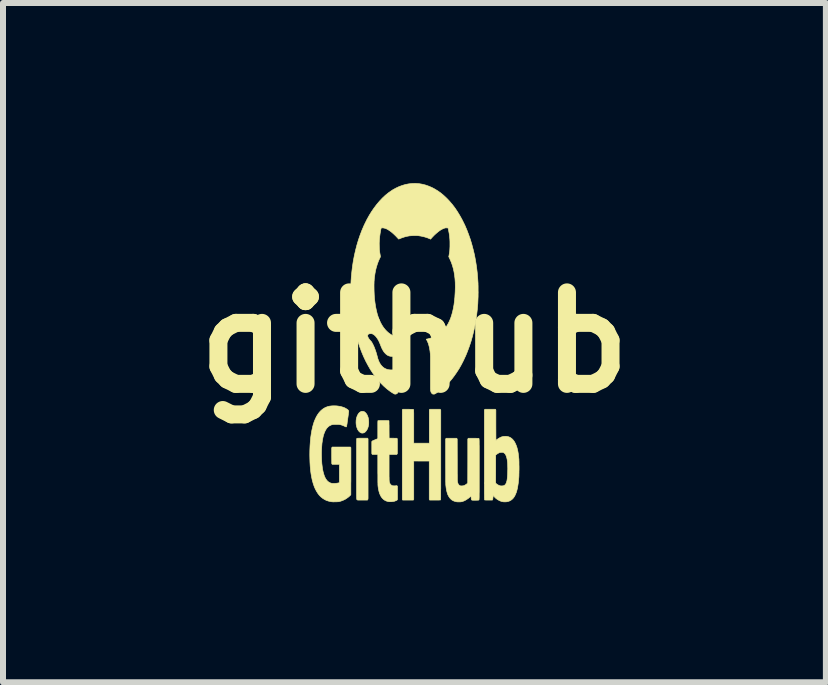
<source format=kicad_pcb>
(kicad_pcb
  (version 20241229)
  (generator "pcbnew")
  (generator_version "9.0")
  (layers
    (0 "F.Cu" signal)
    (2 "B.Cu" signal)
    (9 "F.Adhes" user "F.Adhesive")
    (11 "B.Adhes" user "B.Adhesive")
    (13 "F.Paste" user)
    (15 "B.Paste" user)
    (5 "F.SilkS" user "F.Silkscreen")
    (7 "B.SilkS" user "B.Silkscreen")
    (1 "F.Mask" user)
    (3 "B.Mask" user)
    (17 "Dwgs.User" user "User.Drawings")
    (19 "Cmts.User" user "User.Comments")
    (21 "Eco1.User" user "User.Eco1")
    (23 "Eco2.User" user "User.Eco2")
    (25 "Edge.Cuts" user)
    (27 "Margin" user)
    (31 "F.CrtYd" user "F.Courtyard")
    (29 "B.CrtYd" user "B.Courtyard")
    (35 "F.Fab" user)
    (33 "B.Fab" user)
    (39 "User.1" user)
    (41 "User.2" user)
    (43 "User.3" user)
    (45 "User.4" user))
  (footprint "github"
    (layer "F.Cu")
    (at 3.854 2.655)
    (property "Reference" "github" (at 0 0 0) (layer "F.SilkS") (effects (font (size 1.524 1.524) (thickness 0.3))))
    (attr through_hole)
    (fp_poly (pts (xy -0.859 1.147) (xy -0.847 1.149) (xy -0.836 1.153) (xy -0.82 1.165) (xy -0.805 1.181) (xy -0.792 1.2) (xy -0.781 1.223) (xy -0.772 1.248) (xy -0.766 1.276) (xy -0.765 1.281) (xy -0.763 1.3) (xy -0.762 1.322) (xy -0.762 1.343) (xy -0.763 1.364) (xy -0.764 1.37) (xy -0.769 1.397) (xy -0.777 1.423) (xy -0.787 1.446) (xy -0.799 1.466) (xy -0.813 1.483) (xy -0.827 1.496) (xy -0.84 1.504) (xy -0.851 1.507) (xy -0.862 1.509) (xy -0.874 1.509) (xy -0.884 1.507) (xy -0.887 1.507) (xy -0.903 1.499) (xy -0.919 1.486) (xy -0.933 1.47) (xy -0.946 1.45) (xy -0.956 1.426) (xy -0.96 1.414) (xy -0.967 1.39) (xy -0.971 1.366) (xy -0.973 1.34) (xy -0.973 1.328) (xy -0.972 1.297) (xy -0.968 1.269) (xy -0.961 1.243) (xy -0.952 1.219) (xy -0.941 1.198) (xy -0.931 1.182) (xy -0.92 1.17) (xy -0.908 1.16) (xy -0.896 1.153) (xy -0.885 1.148) (xy -0.873 1.146) (xy -0.859 1.147)) (stroke (width 0.01) (type solid)) (fill yes) (layer "F.SilkS"))
    (fp_poly (pts (xy -0.088 1.112) (xy -0.07 1.113) (xy -0.055 1.113) (xy -0.043 1.113) (xy -0.033 1.113) (xy -0.026 1.114) (xy -0.021 1.114) (xy -0.019 1.115) (xy -0.019 1.115) (xy -0.015 1.12) (xy -0.014 1.124) (xy -0.013 1.127) (xy -0.013 1.133) (xy -0.013 1.143) (xy -0.013 1.157) (xy -0.012 1.175) (xy -0.012 1.197) (xy -0.012 1.223) (xy -0.012 1.253) (xy -0.012 1.288) (xy -0.012 1.327) (xy -0.012 1.372) (xy -0.012 1.404) (xy -0.012 1.677) (xy 0.247 1.677) (xy 0.247 1.125) (xy 0.25 1.119) (xy 0.254 1.112) (xy 0.429 1.112) (xy 0.433 1.12) (xy 0.438 1.127) (xy 0.438 1.867) (xy 0.438 1.941) (xy 0.438 2.009) (xy 0.438 2.072) (xy 0.438 2.131) (xy 0.438 2.186) (xy 0.438 2.236) (xy 0.438 2.283) (xy 0.438 2.325) (xy 0.438 2.364) (xy 0.438 2.399) (xy 0.438 2.431) (xy 0.437 2.46) (xy 0.437 2.485) (xy 0.437 2.508) (xy 0.437 2.528) (xy 0.437 2.546) (xy 0.437 2.561) (xy 0.437 2.574) (xy 0.436 2.585) (xy 0.436 2.594) (xy 0.436 2.602) (xy 0.436 2.608) (xy 0.435 2.613) (xy 0.435 2.616) (xy 0.434 2.619) (xy 0.434 2.621) (xy 0.434 2.622) (xy 0.433 2.623) (xy 0.432 2.623) (xy 0.432 2.623) (xy 0.431 2.623) (xy 0.431 2.624) (xy 0.429 2.624) (xy 0.424 2.624) (xy 0.417 2.624) (xy 0.408 2.625) (xy 0.397 2.625) (xy 0.384 2.625) (xy 0.37 2.625) (xy 0.355 2.625) (xy 0.341 2.625) (xy 0.253 2.625) (xy 0.246 2.612) (xy 0.246 1.975) (xy 0.117 1.975) (xy -0.012 1.974) (xy -0.012 2.613) (xy -0.016 2.619) (xy -0.019 2.625) (xy -0.196 2.625) (xy -0.2 2.619) (xy -0.203 2.613) (xy -0.203 1.126) (xy -0.199 1.119) (xy -0.195 1.112) (xy -0.109 1.112) (xy -0.088 1.112)) (stroke (width 0.01) (type solid)) (fill yes) (layer "F.SilkS"))
    (fp_poly (pts (xy -0.773 1.607) (xy -0.773 2.093) (xy -0.773 2.142) (xy -0.773 2.19) (xy -0.773 2.237) (xy -0.773 2.282) (xy -0.773 2.325) (xy -0.773 2.366) (xy -0.773 2.404) (xy -0.773 2.44) (xy -0.773 2.472) (xy -0.773 2.502) (xy -0.773 2.528) (xy -0.773 2.55) (xy -0.773 2.567) (xy -0.773 2.581) (xy -0.773 2.59) (xy -0.773 2.594) (xy -0.773 2.595) (xy -0.774 2.605) (xy -0.775 2.611) (xy -0.778 2.617) (xy -0.778 2.618) (xy -0.783 2.625) (xy -0.867 2.625) (xy -0.885 2.625) (xy -0.9 2.625) (xy -0.913 2.625) (xy -0.923 2.625) (xy -0.932 2.625) (xy -0.939 2.625) (xy -0.944 2.624) (xy -0.948 2.624) (xy -0.95 2.623) (xy -0.953 2.623) (xy -0.954 2.622) (xy -0.955 2.621) (xy -0.956 2.62) (xy -0.957 2.619) (xy -0.958 2.618) (xy -0.959 2.617) (xy -0.96 2.616) (xy -0.961 2.615) (xy -0.961 2.613) (xy -0.962 2.61) (xy -0.962 2.606) (xy -0.963 2.601) (xy -0.963 2.594) (xy -0.964 2.586) (xy -0.964 2.575) (xy -0.964 2.563) (xy -0.965 2.548) (xy -0.965 2.531) (xy -0.965 2.511) (xy -0.965 2.488) (xy -0.965 2.463) (xy -0.965 2.433) (xy -0.965 2.4) (xy -0.965 2.364) (xy -0.965 2.323) (xy -0.965 2.278) (xy -0.965 2.229) (xy -0.965 2.175) (xy -0.965 2.116) (xy -0.965 2.106) (xy -0.965 2.046) (xy -0.965 1.992) (xy -0.965 1.942) (xy -0.965 1.896) (xy -0.965 1.855) (xy -0.965 1.818) (xy -0.965 1.785) (xy -0.965 1.755) (xy -0.965 1.729) (xy -0.965 1.705) (xy -0.965 1.685) (xy -0.965 1.668) (xy -0.964 1.653) (xy -0.964 1.64) (xy -0.964 1.63) (xy -0.964 1.621) (xy -0.963 1.615) (xy -0.963 1.609) (xy -0.962 1.605) (xy -0.962 1.602) (xy -0.961 1.6) (xy -0.961 1.599) (xy -0.96 1.598) (xy -0.959 1.598) (xy -0.958 1.597) (xy -0.958 1.596) (xy -0.956 1.596) (xy -0.95 1.595) (xy -0.942 1.595) (xy -0.931 1.594) (xy -0.918 1.594) (xy -0.901 1.594) (xy -0.882 1.594) (xy -0.868 1.594) (xy -0.78 1.594) (xy -0.773 1.607)) (stroke (width 0.01) (type solid)) (fill yes) (layer "F.SilkS"))
    (fp_poly (pts (xy -0.509 1.3) (xy -0.495 1.3) (xy -0.481 1.3) (xy -0.468 1.3) (xy -0.456 1.3) (xy -0.446 1.301) (xy -0.437 1.301) (xy -0.43 1.302) (xy -0.426 1.302) (xy -0.425 1.303) (xy -0.425 1.306) (xy -0.424 1.314) (xy -0.424 1.326) (xy -0.424 1.341) (xy -0.424 1.36) (xy -0.423 1.381) (xy -0.423 1.405) (xy -0.423 1.43) (xy -0.423 1.449) (xy -0.422 1.593) (xy -0.291 1.595) (xy -0.288 1.601) (xy -0.288 1.603) (xy -0.287 1.605) (xy -0.287 1.608) (xy -0.286 1.612) (xy -0.286 1.618) (xy -0.286 1.626) (xy -0.286 1.637) (xy -0.285 1.651) (xy -0.285 1.669) (xy -0.285 1.691) (xy -0.285 1.717) (xy -0.285 1.729) (xy -0.285 1.85) (xy -0.29 1.858) (xy -0.294 1.865) (xy -0.423 1.865) (xy -0.423 2.078) (xy -0.423 2.118) (xy -0.423 2.153) (xy -0.423 2.184) (xy -0.423 2.21) (xy -0.423 2.233) (xy -0.422 2.252) (xy -0.422 2.268) (xy -0.422 2.282) (xy -0.421 2.293) (xy -0.421 2.302) (xy -0.42 2.31) (xy -0.42 2.316) (xy -0.419 2.321) (xy -0.418 2.325) (xy -0.417 2.329) (xy -0.415 2.333) (xy -0.415 2.335) (xy -0.408 2.351) (xy -0.398 2.364) (xy -0.387 2.375) (xy -0.374 2.383) (xy -0.372 2.384) (xy -0.365 2.386) (xy -0.354 2.387) (xy -0.342 2.388) (xy -0.329 2.388) (xy -0.315 2.387) (xy -0.309 2.386) (xy -0.302 2.385) (xy -0.297 2.385) (xy -0.293 2.385) (xy -0.291 2.386) (xy -0.289 2.388) (xy -0.288 2.39) (xy -0.283 2.397) (xy -0.283 2.502) (xy -0.283 2.529) (xy -0.283 2.553) (xy -0.283 2.573) (xy -0.283 2.59) (xy -0.283 2.602) (xy -0.283 2.61) (xy -0.284 2.613) (xy -0.285 2.618) (xy -0.288 2.623) (xy -0.292 2.626) (xy -0.299 2.63) (xy -0.306 2.634) (xy -0.322 2.64) (xy -0.336 2.645) (xy -0.35 2.648) (xy -0.365 2.65) (xy -0.381 2.652) (xy -0.39 2.652) (xy -0.4 2.652) (xy -0.409 2.652) (xy -0.417 2.652) (xy -0.423 2.652) (xy -0.427 2.652) (xy -0.427 2.651) (xy -0.431 2.651) (xy -0.437 2.649) (xy -0.444 2.648) (xy -0.449 2.647) (xy -0.474 2.639) (xy -0.497 2.627) (xy -0.518 2.612) (xy -0.537 2.593) (xy -0.554 2.571) (xy -0.568 2.545) (xy -0.581 2.516) (xy -0.591 2.483) (xy -0.599 2.447) (xy -0.602 2.433) (xy -0.603 2.424) (xy -0.604 2.417) (xy -0.605 2.409) (xy -0.606 2.402) (xy -0.607 2.395) (xy -0.608 2.387) (xy -0.608 2.379) (xy -0.609 2.369) (xy -0.609 2.358) (xy -0.609 2.344) (xy -0.61 2.329) (xy -0.61 2.311) (xy -0.61 2.29) (xy -0.61 2.266) (xy -0.61 2.238) (xy -0.61 2.206) (xy -0.611 2.17) (xy -0.611 2.129) (xy -0.611 2.116) (xy -0.611 1.865) (xy -0.702 1.865) (xy -0.707 1.858) (xy -0.711 1.85) (xy -0.711 1.652) (xy -0.708 1.646) (xy -0.706 1.644) (xy -0.703 1.642) (xy -0.699 1.639) (xy -0.694 1.636) (xy -0.686 1.633) (xy -0.676 1.628) (xy -0.663 1.623) (xy -0.652 1.619) (xy -0.642 1.614) (xy -0.633 1.611) (xy -0.625 1.607) (xy -0.62 1.605) (xy -0.617 1.604) (xy -0.617 1.604) (xy -0.611 1.601) (xy -0.611 1.454) (xy -0.611 1.421) (xy -0.611 1.392) (xy -0.611 1.368) (xy -0.611 1.349) (xy -0.611 1.333) (xy -0.61 1.321) (xy -0.61 1.312) (xy -0.61 1.306) (xy -0.609 1.303) (xy -0.609 1.303) (xy -0.607 1.302) (xy -0.603 1.302) (xy -0.596 1.301) (xy -0.587 1.301) (xy -0.577 1.3) (xy -0.565 1.3) (xy -0.552 1.3) (xy -0.538 1.3) (xy -0.523 1.3) (xy -0.509 1.3)) (stroke (width 0.01) (type solid)) (fill yes) (layer "F.SilkS"))
    (fp_poly (pts (xy 1.356 1.125) (xy 1.356 1.378) (xy 1.357 1.631) (xy 1.374 1.616) (xy 1.397 1.6) (xy 1.421 1.586) (xy 1.446 1.574) (xy 1.472 1.567) (xy 1.475 1.566) (xy 1.485 1.564) (xy 1.497 1.564) (xy 1.51 1.563) (xy 1.523 1.563) (xy 1.536 1.564) (xy 1.547 1.566) (xy 1.556 1.567) (xy 1.58 1.575) (xy 1.601 1.586) (xy 1.621 1.6) (xy 1.639 1.618) (xy 1.656 1.639) (xy 1.669 1.659) (xy 1.682 1.685) (xy 1.694 1.712) (xy 1.705 1.742) (xy 1.714 1.775) (xy 1.722 1.811) (xy 1.729 1.851) (xy 1.734 1.896) (xy 1.739 1.94) (xy 1.74 1.952) (xy 1.74 1.969) (xy 1.741 1.989) (xy 1.741 2.012) (xy 1.741 2.037) (xy 1.742 2.064) (xy 1.742 2.092) (xy 1.742 2.119) (xy 1.741 2.146) (xy 1.741 2.171) (xy 1.74 2.195) (xy 1.74 2.215) (xy 1.739 2.232) (xy 1.739 2.239) (xy 1.734 2.293) (xy 1.729 2.342) (xy 1.722 2.387) (xy 1.715 2.428) (xy 1.706 2.464) (xy 1.696 2.498) (xy 1.684 2.527) (xy 1.672 2.553) (xy 1.658 2.576) (xy 1.648 2.59) (xy 1.63 2.609) (xy 1.61 2.625) (xy 1.588 2.638) (xy 1.564 2.647) (xy 1.538 2.653) (xy 1.51 2.655) (xy 1.481 2.654) (xy 1.474 2.653) (xy 1.45 2.648) (xy 1.426 2.639) (xy 1.402 2.627) (xy 1.379 2.613) (xy 1.357 2.597) (xy 1.337 2.578) (xy 1.319 2.557) (xy 1.315 2.552) (xy 1.311 2.547) (xy 1.308 2.58) (xy 1.306 2.594) (xy 1.305 2.605) (xy 1.304 2.612) (xy 1.302 2.617) (xy 1.301 2.619) (xy 1.298 2.625) (xy 1.235 2.625) (xy 1.222 2.625) (xy 1.21 2.625) (xy 1.198 2.625) (xy 1.188 2.625) (xy 1.18 2.624) (xy 1.175 2.624) (xy 1.171 2.624) (xy 1.171 2.624) (xy 1.17 2.623) (xy 1.169 2.623) (xy 1.169 2.623) (xy 1.168 2.622) (xy 1.168 2.621) (xy 1.167 2.62) (xy 1.167 2.617) (xy 1.167 2.614) (xy 1.166 2.61) (xy 1.166 2.604) (xy 1.166 2.597) (xy 1.165 2.589) (xy 1.165 2.579) (xy 1.165 2.566) (xy 1.165 2.552) (xy 1.165 2.535) (xy 1.164 2.516) (xy 1.164 2.495) (xy 1.164 2.47) (xy 1.164 2.443) (xy 1.164 2.412) (xy 1.164 2.378) (xy 1.164 2.341) (xy 1.352 2.341) (xy 1.358 2.347) (xy 1.368 2.357) (xy 1.381 2.366) (xy 1.395 2.374) (xy 1.41 2.381) (xy 1.425 2.386) (xy 1.432 2.388) (xy 1.439 2.389) (xy 1.447 2.389) (xy 1.457 2.389) (xy 1.467 2.388) (xy 1.476 2.387) (xy 1.483 2.386) (xy 1.484 2.386) (xy 1.498 2.379) (xy 1.511 2.369) (xy 1.521 2.355) (xy 1.53 2.337) (xy 1.537 2.314) (xy 1.541 2.298) (xy 1.544 2.278) (xy 1.547 2.254) (xy 1.549 2.227) (xy 1.551 2.197) (xy 1.552 2.166) (xy 1.553 2.133) (xy 1.554 2.101) (xy 1.553 2.069) (xy 1.552 2.038) (xy 1.551 2.011) (xy 1.549 1.986) (xy 1.548 1.983) (xy 1.544 1.949) (xy 1.537 1.919) (xy 1.529 1.894) (xy 1.52 1.872) (xy 1.509 1.855) (xy 1.496 1.843) (xy 1.482 1.834) (xy 1.48 1.833) (xy 1.472 1.831) (xy 1.462 1.83) (xy 1.451 1.83) (xy 1.439 1.831) (xy 1.428 1.832) (xy 1.417 1.835) (xy 1.412 1.837) (xy 1.401 1.842) (xy 1.389 1.849) (xy 1.378 1.856) (xy 1.368 1.863) (xy 1.362 1.868) (xy 1.353 1.876) (xy 1.353 2.109) (xy 1.352 2.341) (xy 1.164 2.341) (xy 1.164 2.341) (xy 1.164 2.3) (xy 1.164 2.255) (xy 1.164 2.206) (xy 1.164 2.153) (xy 1.164 2.096) (xy 1.164 2.034) (xy 1.164 1.968) (xy 1.164 1.896) (xy 1.164 1.127) (xy 1.168 1.12) (xy 1.173 1.112) (xy 1.348 1.112) (xy 1.356 1.125)) (stroke (width 0.01) (type solid)) (fill yes) (layer "F.SilkS"))
    (fp_poly (pts (xy 0.997 1.595) (xy 1.012 1.595) (xy 1.025 1.595) (xy 1.038 1.596) (xy 1.049 1.596) (xy 1.058 1.596) (xy 1.064 1.596) (xy 1.068 1.597) (xy 1.07 1.597) (xy 1.071 1.597) (xy 1.072 1.598) (xy 1.073 1.598) (xy 1.073 1.598) (xy 1.074 1.599) (xy 1.075 1.601) (xy 1.075 1.603) (xy 1.076 1.607) (xy 1.076 1.612) (xy 1.077 1.618) (xy 1.077 1.626) (xy 1.078 1.636) (xy 1.078 1.648) (xy 1.078 1.663) (xy 1.078 1.68) (xy 1.078 1.699) (xy 1.079 1.722) (xy 1.079 1.748) (xy 1.079 1.777) (xy 1.079 1.81) (xy 1.079 1.846) (xy 1.079 1.886) (xy 1.079 1.931) (xy 1.079 1.98) (xy 1.079 2.034) (xy 1.079 2.092) (xy 1.079 2.111) (xy 1.079 2.171) (xy 1.079 2.226) (xy 1.079 2.276) (xy 1.079 2.322) (xy 1.079 2.363) (xy 1.079 2.401) (xy 1.079 2.435) (xy 1.079 2.465) (xy 1.079 2.492) (xy 1.078 2.515) (xy 1.078 2.536) (xy 1.078 2.553) (xy 1.078 2.568) (xy 1.078 2.581) (xy 1.077 2.592) (xy 1.077 2.6) (xy 1.077 2.607) (xy 1.076 2.613) (xy 1.076 2.617) (xy 1.075 2.62) (xy 1.074 2.622) (xy 1.074 2.623) (xy 1.073 2.624) (xy 1.072 2.624) (xy 1.071 2.624) (xy 1.07 2.625) (xy 1.07 2.625) (xy 1.067 2.626) (xy 1.06 2.626) (xy 1.051 2.627) (xy 1.04 2.627) (xy 1.025 2.628) (xy 1.011 2.628) (xy 0.996 2.628) (xy 0.984 2.628) (xy 0.974 2.627) (xy 0.966 2.627) (xy 0.96 2.626) (xy 0.956 2.625) (xy 0.953 2.623) (xy 0.951 2.621) (xy 0.949 2.619) (xy 0.948 2.615) (xy 0.947 2.612) (xy 0.947 2.606) (xy 0.945 2.597) (xy 0.944 2.586) (xy 0.944 2.583) (xy 0.943 2.572) (xy 0.942 2.564) (xy 0.942 2.559) (xy 0.941 2.559) (xy 0.94 2.559) (xy 0.936 2.562) (xy 0.931 2.566) (xy 0.926 2.571) (xy 0.904 2.591) (xy 0.88 2.608) (xy 0.855 2.624) (xy 0.83 2.637) (xy 0.805 2.647) (xy 0.781 2.653) (xy 0.781 2.653) (xy 0.773 2.654) (xy 0.764 2.655) (xy 0.753 2.655) (xy 0.741 2.655) (xy 0.729 2.655) (xy 0.717 2.655) (xy 0.707 2.654) (xy 0.699 2.653) (xy 0.698 2.653) (xy 0.671 2.646) (xy 0.647 2.637) (xy 0.624 2.624) (xy 0.604 2.607) (xy 0.587 2.588) (xy 0.571 2.565) (xy 0.558 2.54) (xy 0.554 2.531) (xy 0.544 2.5) (xy 0.535 2.466) (xy 0.528 2.427) (xy 0.523 2.386) (xy 0.521 2.363) (xy 0.521 2.357) (xy 0.521 2.349) (xy 0.521 2.337) (xy 0.52 2.322) (xy 0.52 2.304) (xy 0.52 2.282) (xy 0.52 2.257) (xy 0.52 2.228) (xy 0.52 2.195) (xy 0.52 2.157) (xy 0.52 2.116) (xy 0.519 2.069) (xy 0.519 2.018) (xy 0.519 1.972) (xy 0.519 1.609) (xy 0.523 1.602) (xy 0.527 1.595) (xy 0.616 1.595) (xy 0.704 1.595) (xy 0.708 1.602) (xy 0.712 1.609) (xy 0.713 1.956) (xy 0.713 2.005) (xy 0.713 2.05) (xy 0.713 2.09) (xy 0.713 2.126) (xy 0.713 2.157) (xy 0.713 2.185) (xy 0.714 2.21) (xy 0.714 2.231) (xy 0.714 2.249) (xy 0.714 2.264) (xy 0.714 2.276) (xy 0.714 2.287) (xy 0.715 2.295) (xy 0.715 2.302) (xy 0.715 2.307) (xy 0.715 2.311) (xy 0.716 2.313) (xy 0.716 2.315) (xy 0.721 2.336) (xy 0.727 2.354) (xy 0.736 2.368) (xy 0.746 2.378) (xy 0.758 2.385) (xy 0.76 2.386) (xy 0.767 2.388) (xy 0.777 2.389) (xy 0.788 2.389) (xy 0.799 2.388) (xy 0.81 2.387) (xy 0.82 2.385) (xy 0.828 2.382) (xy 0.84 2.376) (xy 0.852 2.369) (xy 0.864 2.361) (xy 0.874 2.353) (xy 0.882 2.346) (xy 0.883 2.344) (xy 0.887 2.338) (xy 0.888 1.974) (xy 0.888 1.609) (xy 0.892 1.602) (xy 0.896 1.595) (xy 0.981 1.595) (xy 0.997 1.595)) (stroke (width 0.01) (type solid)) (fill yes) (layer "F.SilkS"))
    (fp_poly (pts (xy -1.296 1.056) (xy -1.266 1.06) (xy -1.236 1.065) (xy -1.209 1.072) (xy -1.183 1.08) (xy -1.159 1.09) (xy -1.138 1.102) (xy -1.118 1.114) (xy -1.111 1.12) (xy -1.104 1.127) (xy -1.099 1.134) (xy -1.096 1.141) (xy -1.095 1.147) (xy -1.096 1.15) (xy -1.096 1.158) (xy -1.098 1.17) (xy -1.1 1.185) (xy -1.102 1.203) (xy -1.105 1.224) (xy -1.108 1.246) (xy -1.112 1.271) (xy -1.112 1.274) (xy -1.116 1.303) (xy -1.12 1.328) (xy -1.122 1.348) (xy -1.125 1.364) (xy -1.127 1.377) (xy -1.129 1.387) (xy -1.13 1.395) (xy -1.132 1.4) (xy -1.133 1.403) (xy -1.135 1.405) (xy -1.136 1.406) (xy -1.138 1.406) (xy -1.14 1.406) (xy -1.142 1.406) (xy -1.147 1.404) (xy -1.154 1.401) (xy -1.161 1.397) (xy -1.163 1.396) (xy -1.18 1.388) (xy -1.196 1.381) (xy -1.212 1.376) (xy -1.227 1.371) (xy -1.244 1.368) (xy -1.261 1.366) (xy -1.281 1.365) (xy -1.303 1.365) (xy -1.307 1.365) (xy -1.323 1.365) (xy -1.336 1.365) (xy -1.347 1.366) (xy -1.357 1.366) (xy -1.366 1.368) (xy -1.374 1.37) (xy -1.381 1.372) (xy -1.389 1.375) (xy -1.398 1.379) (xy -1.4 1.38) (xy -1.422 1.392) (xy -1.442 1.409) (xy -1.461 1.429) (xy -1.477 1.453) (xy -1.492 1.482) (xy -1.505 1.514) (xy -1.517 1.55) (xy -1.526 1.59) (xy -1.534 1.635) (xy -1.541 1.683) (xy -1.545 1.736) (xy -1.548 1.793) (xy -1.548 1.795) (xy -1.549 1.832) (xy -1.549 1.871) (xy -1.548 1.911) (xy -1.547 1.949) (xy -1.545 1.986) (xy -1.543 2.017) (xy -1.537 2.065) (xy -1.531 2.11) (xy -1.522 2.152) (xy -1.512 2.189) (xy -1.501 2.223) (xy -1.488 2.252) (xy -1.48 2.267) (xy -1.465 2.289) (xy -1.449 2.308) (xy -1.431 2.323) (xy -1.411 2.335) (xy -1.39 2.343) (xy -1.38 2.345) (xy -1.368 2.347) (xy -1.355 2.347) (xy -1.34 2.348) (xy -1.325 2.347) (xy -1.309 2.346) (xy -1.295 2.344) (xy -1.281 2.342) (xy -1.269 2.34) (xy -1.259 2.337) (xy -1.257 2.336) (xy -1.251 2.333) (xy -1.251 2.03) (xy -1.37 2.03) (xy -1.378 2.017) (xy -1.379 1.887) (xy -1.379 1.756) (xy -1.375 1.748) (xy -1.37 1.741) (xy -1.067 1.741) (xy -1.063 1.747) (xy -1.059 1.753) (xy -1.059 2.143) (xy -1.059 2.187) (xy -1.059 2.23) (xy -1.059 2.271) (xy -1.059 2.31) (xy -1.06 2.347) (xy -1.06 2.381) (xy -1.06 2.413) (xy -1.06 2.442) (xy -1.06 2.467) (xy -1.06 2.489) (xy -1.06 2.507) (xy -1.06 2.521) (xy -1.06 2.53) (xy -1.06 2.535) (xy -1.06 2.535) (xy -1.063 2.539) (xy -1.067 2.545) (xy -1.074 2.551) (xy -1.082 2.559) (xy -1.091 2.567) (xy -1.095 2.571) (xy -1.125 2.593) (xy -1.156 2.613) (xy -1.19 2.629) (xy -1.225 2.642) (xy -1.251 2.649) (xy -1.257 2.651) (xy -1.265 2.652) (xy -1.274 2.653) (xy -1.285 2.653) (xy -1.299 2.654) (xy -1.315 2.654) (xy -1.319 2.654) (xy -1.331 2.654) (xy -1.342 2.655) (xy -1.353 2.655) (xy -1.362 2.654) (xy -1.368 2.654) (xy -1.373 2.654) (xy -1.375 2.654) (xy -1.378 2.653) (xy -1.384 2.652) (xy -1.391 2.651) (xy -1.397 2.65) (xy -1.433 2.642) (xy -1.467 2.631) (xy -1.499 2.615) (xy -1.529 2.596) (xy -1.558 2.573) (xy -1.584 2.547) (xy -1.608 2.516) (xy -1.63 2.482) (xy -1.651 2.443) (xy -1.669 2.402) (xy -1.685 2.356) (xy -1.688 2.346) (xy -1.702 2.297) (xy -1.713 2.245) (xy -1.723 2.188) (xy -1.731 2.128) (xy -1.737 2.063) (xy -1.741 1.995) (xy -1.743 1.924) (xy -1.744 1.872) (xy -1.743 1.795) (xy -1.74 1.722) (xy -1.735 1.652) (xy -1.729 1.586) (xy -1.72 1.524) (xy -1.71 1.466) (xy -1.698 1.411) (xy -1.686 1.366) (xy -1.671 1.319) (xy -1.653 1.276) (xy -1.634 1.236) (xy -1.613 1.201) (xy -1.59 1.169) (xy -1.566 1.142) (xy -1.545 1.123) (xy -1.522 1.105) (xy -1.498 1.09) (xy -1.473 1.078) (xy -1.446 1.068) (xy -1.418 1.061) (xy -1.388 1.057) (xy -1.36 1.055) (xy -1.327 1.055) (xy -1.296 1.056)) (stroke (width 0.01) (type solid)) (fill yes) (layer "F.SilkS"))
    (fp_poly (pts (xy 0.074 -2.646) (xy 0.129 -2.637) (xy 0.184 -2.623) (xy 0.238 -2.604) (xy 0.292 -2.581) (xy 0.335 -2.558) (xy 0.388 -2.526) (xy 0.44 -2.489) (xy 0.49 -2.447) (xy 0.539 -2.401) (xy 0.586 -2.351) (xy 0.632 -2.297) (xy 0.676 -2.239) (xy 0.718 -2.176) (xy 0.758 -2.11) (xy 0.796 -2.041) (xy 0.803 -2.027) (xy 0.839 -1.954) (xy 0.872 -1.877) (xy 0.902 -1.798) (xy 0.931 -1.716) (xy 0.956 -1.632) (xy 0.979 -1.545) (xy 1 -1.457) (xy 1.004 -1.436) (xy 1.02 -1.348) (xy 1.034 -1.258) (xy 1.045 -1.166) (xy 1.053 -1.071) (xy 1.058 -1.001) (xy 1.059 -0.985) (xy 1.059 -0.965) (xy 1.06 -0.942) (xy 1.06 -0.917) (xy 1.06 -0.89) (xy 1.06 -0.862) (xy 1.061 -0.835) (xy 1.06 -0.808) (xy 1.06 -0.784) (xy 1.06 -0.762) (xy 1.059 -0.745) (xy 1.059 -0.744) (xy 1.055 -0.648) (xy 1.047 -0.553) (xy 1.036 -0.46) (xy 1.023 -0.368) (xy 1.006 -0.277) (xy 0.987 -0.188) (xy 0.965 -0.101) (xy 0.941 -0.016) (xy 0.913 0.067) (xy 0.883 0.148) (xy 0.851 0.227) (xy 0.85 0.227) (xy 0.816 0.301) (xy 0.78 0.371) (xy 0.742 0.438) (xy 0.701 0.501) (xy 0.659 0.561) (xy 0.615 0.618) (xy 0.57 0.67) (xy 0.523 0.718) (xy 0.475 0.762) (xy 0.425 0.801) (xy 0.378 0.834) (xy 0.366 0.841) (xy 0.356 0.847) (xy 0.348 0.852) (xy 0.342 0.855) (xy 0.337 0.858) (xy 0.332 0.859) (xy 0.327 0.86) (xy 0.323 0.86) (xy 0.319 0.86) (xy 0.312 0.86) (xy 0.306 0.859) (xy 0.302 0.858) (xy 0.298 0.855) (xy 0.295 0.853) (xy 0.285 0.843) (xy 0.277 0.831) (xy 0.272 0.815) (xy 0.268 0.8) (xy 0.268 0.797) (xy 0.267 0.794) (xy 0.267 0.79) (xy 0.267 0.784) (xy 0.267 0.778) (xy 0.266 0.769) (xy 0.266 0.759) (xy 0.266 0.746) (xy 0.266 0.731) (xy 0.266 0.712) (xy 0.266 0.691) (xy 0.266 0.666) (xy 0.266 0.637) (xy 0.266 0.604) (xy 0.266 0.567) (xy 0.266 0.525) (xy 0.266 0.506) (xy 0.266 0.461) (xy 0.266 0.421) (xy 0.266 0.385) (xy 0.266 0.353) (xy 0.266 0.325) (xy 0.266 0.301) (xy 0.266 0.279) (xy 0.266 0.261) (xy 0.266 0.244) (xy 0.266 0.23) (xy 0.265 0.218) (xy 0.265 0.207) (xy 0.264 0.198) (xy 0.264 0.189) (xy 0.263 0.181) (xy 0.262 0.173) (xy 0.261 0.165) (xy 0.26 0.157) (xy 0.26 0.151) (xy 0.254 0.113) (xy 0.247 0.076) (xy 0.238 0.042) (xy 0.228 0.01) (xy 0.216 -0.017) (xy 0.206 -0.038) (xy 0.196 -0.055) (xy 0.216 -0.059) (xy 0.258 -0.07) (xy 0.298 -0.083) (xy 0.336 -0.099) (xy 0.371 -0.116) (xy 0.404 -0.137) (xy 0.435 -0.16) (xy 0.464 -0.185) (xy 0.491 -0.213) (xy 0.511 -0.238) (xy 0.537 -0.274) (xy 0.561 -0.314) (xy 0.582 -0.357) (xy 0.602 -0.404) (xy 0.619 -0.455) (xy 0.634 -0.508) (xy 0.647 -0.566) (xy 0.658 -0.627) (xy 0.666 -0.691) (xy 0.673 -0.759) (xy 0.674 -0.782) (xy 0.676 -0.812) (xy 0.678 -0.845) (xy 0.679 -0.879) (xy 0.68 -0.91) (xy 0.68 -0.937) (xy 0.679 -1) (xy 0.675 -1.06) (xy 0.668 -1.119) (xy 0.659 -1.175) (xy 0.647 -1.23) (xy 0.632 -1.282) (xy 0.615 -1.332) (xy 0.594 -1.38) (xy 0.583 -1.405) (xy 0.571 -1.428) (xy 0.576 -1.454) (xy 0.582 -1.489) (xy 0.587 -1.523) (xy 0.589 -1.559) (xy 0.591 -1.597) (xy 0.591 -1.639) (xy 0.591 -1.652) (xy 0.591 -1.678) (xy 0.59 -1.7) (xy 0.589 -1.72) (xy 0.587 -1.74) (xy 0.585 -1.76) (xy 0.583 -1.782) (xy 0.582 -1.789) (xy 0.58 -1.801) (xy 0.578 -1.816) (xy 0.575 -1.831) (xy 0.572 -1.847) (xy 0.569 -1.863) (xy 0.566 -1.877) (xy 0.564 -1.89) (xy 0.561 -1.899) (xy 0.56 -1.905) (xy 0.559 -1.906) (xy 0.557 -1.907) (xy 0.552 -1.908) (xy 0.545 -1.909) (xy 0.538 -1.909) (xy 0.529 -1.909) (xy 0.52 -1.909) (xy 0.512 -1.908) (xy 0.505 -1.906) (xy 0.504 -1.906) (xy 0.478 -1.896) (xy 0.451 -1.883) (xy 0.422 -1.865) (xy 0.393 -1.843) (xy 0.363 -1.818) (xy 0.332 -1.79) (xy 0.301 -1.758) (xy 0.289 -1.745) (xy 0.268 -1.721) (xy 0.258 -1.726) (xy 0.232 -1.737) (xy 0.203 -1.748) (xy 0.173 -1.757) (xy 0.141 -1.765) (xy 0.109 -1.772) (xy 0.077 -1.777) (xy 0.064 -1.779) (xy 0.052 -1.78) (xy 0.039 -1.781) (xy 0.023 -1.781) (xy 0.006 -1.781) (xy -0.011 -1.781) (xy -0.028 -1.78) (xy -0.045 -1.779) (xy -0.061 -1.778) (xy -0.075 -1.777) (xy -0.087 -1.776) (xy -0.09 -1.775) (xy -0.123 -1.769) (xy -0.156 -1.761) (xy -0.188 -1.751) (xy -0.219 -1.74) (xy -0.241 -1.731) (xy -0.263 -1.722) (xy -0.28 -1.74) (xy -0.311 -1.773) (xy -0.342 -1.803) (xy -0.372 -1.83) (xy -0.4 -1.852) (xy -0.428 -1.871) (xy -0.454 -1.887) (xy -0.479 -1.898) (xy -0.502 -1.905) (xy -0.524 -1.909) (xy -0.53 -1.909) (xy -0.539 -1.909) (xy -0.545 -1.909) (xy -0.55 -1.908) (xy -0.553 -1.905) (xy -0.556 -1.9) (xy -0.558 -1.894) (xy -0.56 -1.884) (xy -0.561 -1.88) (xy -0.571 -1.823) (xy -0.579 -1.767) (xy -0.584 -1.711) (xy -0.587 -1.656) (xy -0.586 -1.602) (xy -0.584 -1.549) (xy -0.578 -1.497) (xy -0.571 -1.457) (xy -0.569 -1.445) (xy -0.568 -1.436) (xy -0.567 -1.43) (xy -0.567 -1.427) (xy -0.568 -1.425) (xy -0.57 -1.421) (xy -0.573 -1.414) (xy -0.577 -1.406) (xy -0.579 -1.403) (xy -0.6 -1.356) (xy -0.618 -1.307) (xy -0.634 -1.255) (xy -0.648 -1.201) (xy -0.658 -1.146) (xy -0.666 -1.089) (xy -0.668 -1.075) (xy -0.67 -1.053) (xy -0.671 -1.032) (xy -0.673 -1.012) (xy -0.673 -0.99) (xy -0.674 -0.966) (xy -0.674 -0.939) (xy -0.674 -0.934) (xy -0.673 -0.86) (xy -0.67 -0.79) (xy -0.665 -0.723) (xy -0.657 -0.66) (xy -0.648 -0.599) (xy -0.636 -0.542) (xy -0.623 -0.487) (xy -0.618 -0.469) (xy -0.602 -0.419) (xy -0.583 -0.372) (xy -0.563 -0.329) (xy -0.541 -0.289) (xy -0.517 -0.252) (xy -0.49 -0.218) (xy -0.462 -0.188) (xy -0.431 -0.16) (xy -0.397 -0.136) (xy -0.362 -0.114) (xy -0.324 -0.095) (xy -0.283 -0.079) (xy -0.282 -0.079) (xy -0.27 -0.075) (xy -0.257 -0.071) (xy -0.243 -0.067) (xy -0.229 -0.063) (xy -0.215 -0.06) (xy -0.204 -0.058) (xy -0.201 -0.057) (xy -0.193 -0.055) (xy -0.202 -0.037) (xy -0.217 -0.007) (xy -0.229 0.027) (xy -0.24 0.065) (xy -0.249 0.105) (xy -0.255 0.147) (xy -0.256 0.155) (xy -0.259 0.185) (xy -0.266 0.19) (xy -0.275 0.196) (xy -0.286 0.203) (xy -0.298 0.21) (xy -0.31 0.215) (xy -0.321 0.22) (xy -0.325 0.222) (xy -0.352 0.229) (xy -0.378 0.232) (xy -0.403 0.229) (xy -0.427 0.223) (xy -0.45 0.212) (xy -0.472 0.196) (xy -0.473 0.195) (xy -0.488 0.18) (xy -0.503 0.164) (xy -0.517 0.144) (xy -0.53 0.122) (xy -0.543 0.097) (xy -0.556 0.067) (xy -0.564 0.046) (xy -0.57 0.031) (xy -0.576 0.016) (xy -0.583 0.002) (xy -0.588 -0.011) (xy -0.592 -0.02) (xy -0.609 -0.051) (xy -0.627 -0.078) (xy -0.645 -0.101) (xy -0.663 -0.119) (xy -0.682 -0.134) (xy -0.701 -0.143) (xy -0.706 -0.145) (xy -0.713 -0.146) (xy -0.722 -0.147) (xy -0.732 -0.147) (xy -0.741 -0.146) (xy -0.751 -0.145) (xy -0.759 -0.143) (xy -0.764 -0.141) (xy -0.765 -0.141) (xy -0.772 -0.134) (xy -0.777 -0.126) (xy -0.78 -0.116) (xy -0.779 -0.105) (xy -0.777 -0.097) (xy -0.773 -0.086) (xy -0.766 -0.074) (xy -0.758 -0.061) (xy -0.748 -0.048) (xy -0.737 -0.035) (xy -0.734 -0.032) (xy -0.728 -0.025) (xy -0.723 -0.02) (xy -0.719 -0.015) (xy -0.714 -0.009) (xy -0.709 -0.000328) (xy -0.705 0.007) (xy -0.694 0.027) (xy -0.683 0.05) (xy -0.671 0.076) (xy -0.66 0.105) (xy -0.649 0.135) (xy -0.639 0.165) (xy -0.63 0.195) (xy -0.622 0.224) (xy -0.62 0.232) (xy -0.61 0.27) (xy -0.597 0.305) (xy -0.583 0.336) (xy -0.566 0.364) (xy -0.547 0.388) (xy -0.526 0.409) (xy -0.505 0.425) (xy -0.481 0.438) (xy -0.455 0.448) (xy -0.427 0.454) (xy -0.397 0.457) (xy -0.366 0.457) (xy -0.332 0.454) (xy -0.298 0.447) (xy -0.284 0.443) (xy -0.277 0.441) (xy -0.271 0.44) (xy -0.267 0.439) (xy -0.265 0.438) (xy -0.265 0.438) (xy -0.265 0.441) (xy -0.265 0.448) (xy -0.265 0.459) (xy -0.265 0.475) (xy -0.265 0.493) (xy -0.265 0.515) (xy -0.264 0.539) (xy -0.264 0.565) (xy -0.264 0.594) (xy -0.264 0.611) (xy -0.264 0.645) (xy -0.263 0.674) (xy -0.263 0.699) (xy -0.263 0.72) (xy -0.263 0.738) (xy -0.263 0.752) (xy -0.263 0.764) (xy -0.263 0.773) (xy -0.264 0.78) (xy -0.264 0.786) (xy -0.264 0.79) (xy -0.265 0.794) (xy -0.265 0.797) (xy -0.266 0.8) (xy -0.27 0.819) (xy -0.276 0.833) (xy -0.284 0.845) (xy -0.295 0.853) (xy -0.295 0.854) (xy -0.303 0.857) (xy -0.313 0.86) (xy -0.322 0.86) (xy -0.331 0.859) (xy -0.335 0.857) (xy -0.342 0.854) (xy -0.35 0.849) (xy -0.36 0.843) (xy -0.371 0.837) (xy -0.382 0.829) (xy -0.394 0.822) (xy -0.405 0.814) (xy -0.409 0.811) (xy -0.46 0.772) (xy -0.51 0.728) (xy -0.558 0.681) (xy -0.605 0.629) (xy -0.65 0.573) (xy -0.693 0.513) (xy -0.735 0.449) (xy -0.774 0.381) (xy -0.812 0.31) (xy -0.847 0.236) (xy -0.851 0.227) (xy -0.883 0.15) (xy -0.913 0.07) (xy -0.94 -0.012) (xy -0.964 -0.097) (xy -0.986 -0.184) (xy -1.005 -0.272) (xy -1.022 -0.362) (xy -1.036 -0.454) (xy -1.046 -0.547) (xy -1.048 -0.564) (xy -1.052 -0.613) (xy -1.056 -0.66) (xy -1.058 -0.706) (xy -1.06 -0.754) (xy -1.06 -0.803) (xy -1.061 -0.856) (xy -1.06 -0.879) (xy -1.06 -0.908) (xy -1.06 -0.934) (xy -1.059 -0.956) (xy -1.059 -0.977) (xy -1.058 -0.996) (xy -1.057 -1.016) (xy -1.056 -1.036) (xy -1.054 -1.058) (xy -1.053 -1.081) (xy -1.044 -1.174) (xy -1.033 -1.266) (xy -1.019 -1.357) (xy -1.002 -1.446) (xy -0.982 -1.534) (xy -0.96 -1.62) (xy -0.935 -1.704) (xy -0.907 -1.786) (xy -0.877 -1.865) (xy -0.844 -1.942) (xy -0.829 -1.974) (xy -0.793 -2.047) (xy -0.754 -2.117) (xy -0.714 -2.182) (xy -0.671 -2.244) (xy -0.627 -2.302) (xy -0.581 -2.356) (xy -0.534 -2.406) (xy -0.485 -2.452) (xy -0.434 -2.493) (xy -0.413 -2.508) (xy -0.362 -2.543) (xy -0.309 -2.572) (xy -0.256 -2.597) (xy -0.201 -2.617) (xy -0.147 -2.633) (xy -0.092 -2.643) (xy -0.037 -2.649) (xy 0.018 -2.65) (xy 0.074 -2.646)) (stroke (width 0.01) (type solid)) (fill yes) (layer "F.SilkS")))
  (gr_rect
    (start -3 -3)
    (end 10.707 8.315)
    (stroke (width 0.1) (type default))
    (fill no)
    (layer "Edge.Cuts")))
</source>
